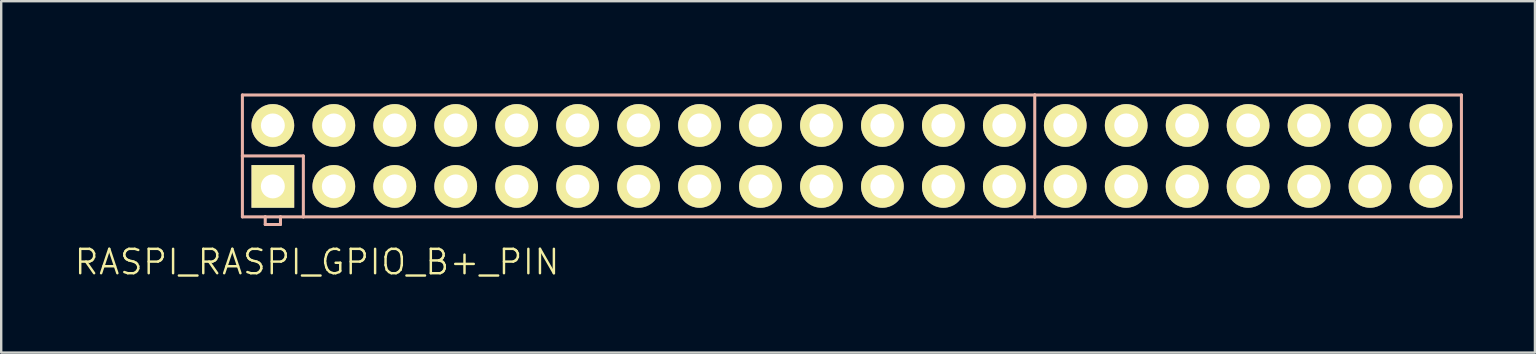
<source format=kicad_pcb>
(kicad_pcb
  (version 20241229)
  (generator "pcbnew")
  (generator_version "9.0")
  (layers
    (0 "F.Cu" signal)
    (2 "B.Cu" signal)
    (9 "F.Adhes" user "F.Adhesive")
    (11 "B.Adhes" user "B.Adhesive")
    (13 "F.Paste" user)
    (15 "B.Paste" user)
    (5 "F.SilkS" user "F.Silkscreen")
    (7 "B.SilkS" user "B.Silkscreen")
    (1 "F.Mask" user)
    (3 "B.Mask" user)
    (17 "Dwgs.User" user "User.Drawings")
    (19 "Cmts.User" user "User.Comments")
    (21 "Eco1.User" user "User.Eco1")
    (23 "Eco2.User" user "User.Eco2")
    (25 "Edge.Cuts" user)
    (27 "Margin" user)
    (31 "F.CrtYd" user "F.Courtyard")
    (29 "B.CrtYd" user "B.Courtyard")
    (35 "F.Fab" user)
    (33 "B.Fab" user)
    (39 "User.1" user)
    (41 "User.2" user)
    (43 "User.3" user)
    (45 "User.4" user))
  (footprint "RASPI_RASPI_GPIO_B+_PIN"
    (layer "F.Cu")
    (at 6.352 0.25)
    (property "Reference" "RASPI_RASPI_GPIO_B+_PIN" (at 3.81 7.62 0) (layer "F.SilkS") (effects (font (size 1.016 1.016) (thickness 0.102))))
    (attr exclude_from_pos_files exclude_from_bom)
    (fp_line (start 0.699 0.658) (end 0.699 3.198) (stroke (width 0.127) (type solid)) (layer "B.SilkS"))
    (fp_line (start 0.699 0.658) (end 33.718 0.658) (stroke (width 0.127) (type solid)) (layer "B.SilkS"))
    (fp_line (start 0.699 3.198) (end 0.699 5.738) (stroke (width 0.127) (type solid)) (layer "B.SilkS"))
    (fp_line (start 0.699 3.198) (end 3.239 3.198) (stroke (width 0.127) (type solid)) (layer "B.SilkS"))
    (fp_line (start 1.651 5.738) (end 0.699 5.738) (stroke (width 0.127) (type solid)) (layer "B.SilkS"))
    (fp_line (start 1.651 5.738) (end 1.651 6.055) (stroke (width 0.127) (type solid)) (layer "B.SilkS"))
    (fp_line (start 1.651 6.055) (end 2.286 6.055) (stroke (width 0.127) (type solid)) (layer "B.SilkS"))
    (fp_line (start 2.286 5.738) (end 1.651 5.738) (stroke (width 0.127) (type solid)) (layer "B.SilkS"))
    (fp_line (start 2.286 6.055) (end 2.286 5.738) (stroke (width 0.127) (type solid)) (layer "B.SilkS"))
    (fp_line (start 3.239 3.198) (end 3.239 5.738) (stroke (width 0.127) (type solid)) (layer "B.SilkS"))
    (fp_line (start 3.239 5.738) (end 2.286 5.738) (stroke (width 0.127) (type solid)) (layer "B.SilkS"))
    (fp_line (start 33.718 0.658) (end 33.718 5.738) (stroke (width 0.127) (type solid)) (layer "B.SilkS"))
    (fp_line (start 33.718 5.738) (end 3.239 5.738) (stroke (width 0.127) (type solid)) (layer "B.SilkS"))
    (fp_line (start 33.718 5.738) (end 51.498 5.738) (stroke (width 0.127) (type solid)) (layer "B.SilkS"))
    (fp_line (start 51.498 0.658) (end 33.718 0.658) (stroke (width 0.127) (type solid)) (layer "B.SilkS"))
    (fp_line (start 51.498 5.738) (end 51.498 0.658) (stroke (width 0.127) (type solid)) (layer "B.SilkS"))
    (pad "1" thru_hole rect (at 1.968 4.468) (size 1.778 1.778) (drill 0.998) (layers "*.Cu" "F.Mask" "F.SilkS" "F.Paste"))
    (pad "2" thru_hole circle (at 1.968 1.928) (size 1.778 1.778) (drill 0.998) (layers "*.Cu" "F.Mask" "F.SilkS" "F.Paste"))
    (pad "3" thru_hole circle (at 4.508 4.468) (size 1.778 1.778) (drill 0.998) (layers "*.Cu" "F.Mask" "F.SilkS" "F.Paste"))
    (pad "4" thru_hole circle (at 4.508 1.928) (size 1.778 1.778) (drill 0.998) (layers "*.Cu" "F.Mask" "F.SilkS" "F.Paste"))
    (pad "5" thru_hole circle (at 7.048 4.468) (size 1.778 1.778) (drill 0.998) (layers "*.Cu" "F.Mask" "F.SilkS" "F.Paste"))
    (pad "6" thru_hole circle (at 7.048 1.928) (size 1.778 1.778) (drill 0.998) (layers "*.Cu" "F.Mask" "F.SilkS" "F.Paste"))
    (pad "7" thru_hole circle (at 9.588 4.468) (size 1.778 1.778) (drill 0.998) (layers "*.Cu" "F.Mask" "F.SilkS" "F.Paste"))
    (pad "8" thru_hole circle (at 9.588 1.928) (size 1.778 1.778) (drill 0.998) (layers "*.Cu" "F.Mask" "F.SilkS" "F.Paste"))
    (pad "9" thru_hole circle (at 12.129 4.468) (size 1.778 1.778) (drill 0.998) (layers "*.Cu" "F.Mask" "F.SilkS" "F.Paste"))
    (pad "10" thru_hole circle (at 12.129 1.928) (size 1.778 1.778) (drill 0.998) (layers "*.Cu" "F.Mask" "F.SilkS" "F.Paste"))
    (pad "11" thru_hole circle (at 14.668 4.468) (size 1.778 1.778) (drill 0.998) (layers "*.Cu" "F.Mask" "F.SilkS" "F.Paste"))
    (pad "12" thru_hole circle (at 14.668 1.928) (size 1.778 1.778) (drill 0.998) (layers "*.Cu" "F.Mask" "F.SilkS" "F.Paste"))
    (pad "13" thru_hole circle (at 17.209 4.468) (size 1.778 1.778) (drill 0.998) (layers "*.Cu" "F.Mask" "F.SilkS" "F.Paste"))
    (pad "14" thru_hole circle (at 17.209 1.928) (size 1.778 1.778) (drill 0.998) (layers "*.Cu" "F.Mask" "F.SilkS" "F.Paste"))
    (pad "15" thru_hole circle (at 19.748 4.468) (size 1.778 1.778) (drill 0.998) (layers "*.Cu" "F.Mask" "F.SilkS" "F.Paste"))
    (pad "16" thru_hole circle (at 19.748 1.928) (size 1.778 1.778) (drill 0.998) (layers "*.Cu" "F.Mask" "F.SilkS" "F.Paste"))
    (pad "17" thru_hole circle (at 22.288 4.468) (size 1.778 1.778) (drill 0.998) (layers "*.Cu" "F.Mask" "F.SilkS" "F.Paste"))
    (pad "18" thru_hole circle (at 22.288 1.928) (size 1.778 1.778) (drill 0.998) (layers "*.Cu" "F.Mask" "F.SilkS" "F.Paste"))
    (pad "19" thru_hole circle (at 24.828 4.468) (size 1.778 1.778) (drill 0.998) (layers "*.Cu" "F.Mask" "F.SilkS" "F.Paste"))
    (pad "20" thru_hole circle (at 24.828 1.928) (size 1.778 1.778) (drill 0.998) (layers "*.Cu" "F.Mask" "F.SilkS" "F.Paste"))
    (pad "21" thru_hole circle (at 27.369 4.468) (size 1.778 1.778) (drill 0.998) (layers "*.Cu" "F.Mask" "F.SilkS" "F.Paste"))
    (pad "22" thru_hole circle (at 27.369 1.928) (size 1.778 1.778) (drill 0.998) (layers "*.Cu" "F.Mask" "F.SilkS" "F.Paste"))
    (pad "23" thru_hole circle (at 29.909 4.468) (size 1.778 1.778) (drill 0.998) (layers "*.Cu" "F.Mask" "F.SilkS" "F.Paste"))
    (pad "24" thru_hole circle (at 29.909 1.928) (size 1.778 1.778) (drill 0.998) (layers "*.Cu" "F.Mask" "F.SilkS" "F.Paste"))
    (pad "25" thru_hole circle (at 32.449 4.468) (size 1.778 1.778) (drill 0.998) (layers "*.Cu" "F.Mask" "F.SilkS" "F.Paste"))
    (pad "26" thru_hole circle (at 32.449 1.928) (size 1.778 1.778) (drill 0.998) (layers "*.Cu" "F.Mask" "F.SilkS" "F.Paste"))
    (pad "27" thru_hole circle (at 34.989 4.468) (size 1.778 1.778) (drill 0.998) (layers "*.Cu" "F.Mask" "F.SilkS" "F.Paste"))
    (pad "28" thru_hole circle (at 34.989 1.928) (size 1.778 1.778) (drill 0.998) (layers "*.Cu" "F.Mask" "F.SilkS" "F.Paste"))
    (pad "29" thru_hole circle (at 37.529 4.468) (size 1.778 1.778) (drill 0.998) (layers "*.Cu" "F.Mask" "F.SilkS" "F.Paste"))
    (pad "30" thru_hole circle (at 37.529 1.928) (size 1.778 1.778) (drill 0.998) (layers "*.Cu" "F.Mask" "F.SilkS" "F.Paste"))
    (pad "31" thru_hole circle (at 40.069 4.468) (size 1.778 1.778) (drill 0.998) (layers "*.Cu" "F.Mask" "F.SilkS" "F.Paste"))
    (pad "32" thru_hole circle (at 40.069 1.928) (size 1.778 1.778) (drill 0.998) (layers "*.Cu" "F.Mask" "F.SilkS" "F.Paste"))
    (pad "33" thru_hole circle (at 42.608 4.468) (size 1.778 1.778) (drill 0.998) (layers "*.Cu" "F.Mask" "F.SilkS" "F.Paste"))
    (pad "34" thru_hole circle (at 42.608 1.928) (size 1.778 1.778) (drill 0.998) (layers "*.Cu" "F.Mask" "F.SilkS" "F.Paste"))
    (pad "35" thru_hole circle (at 45.148 4.468) (size 1.778 1.778) (drill 0.998) (layers "*.Cu" "F.Mask" "F.SilkS" "F.Paste"))
    (pad "36" thru_hole circle (at 45.148 1.928) (size 1.778 1.778) (drill 0.998) (layers "*.Cu" "F.Mask" "F.SilkS" "F.Paste"))
    (pad "37" thru_hole circle (at 47.688 4.468) (size 1.778 1.778) (drill 0.998) (layers "*.Cu" "F.Mask" "F.SilkS" "F.Paste"))
    (pad "38" thru_hole circle (at 47.688 1.928) (size 1.778 1.778) (drill 0.998) (layers "*.Cu" "F.Mask" "F.SilkS" "F.Paste"))
    (pad "39" thru_hole circle (at 50.228 4.468) (size 1.778 1.778) (drill 0.998) (layers "*.Cu" "F.Mask" "F.SilkS" "F.Paste"))
    (pad "40" thru_hole circle (at 50.228 1.928) (size 1.778 1.778) (drill 0.998) (layers "*.Cu" "F.Mask" "F.SilkS" "F.Paste")))
  (gr_rect
    (start -3 -3)
    (end 60.914 11.643)
    (stroke (width 0.1) (type default))
    (fill no)
    (layer "Edge.Cuts")))
</source>
